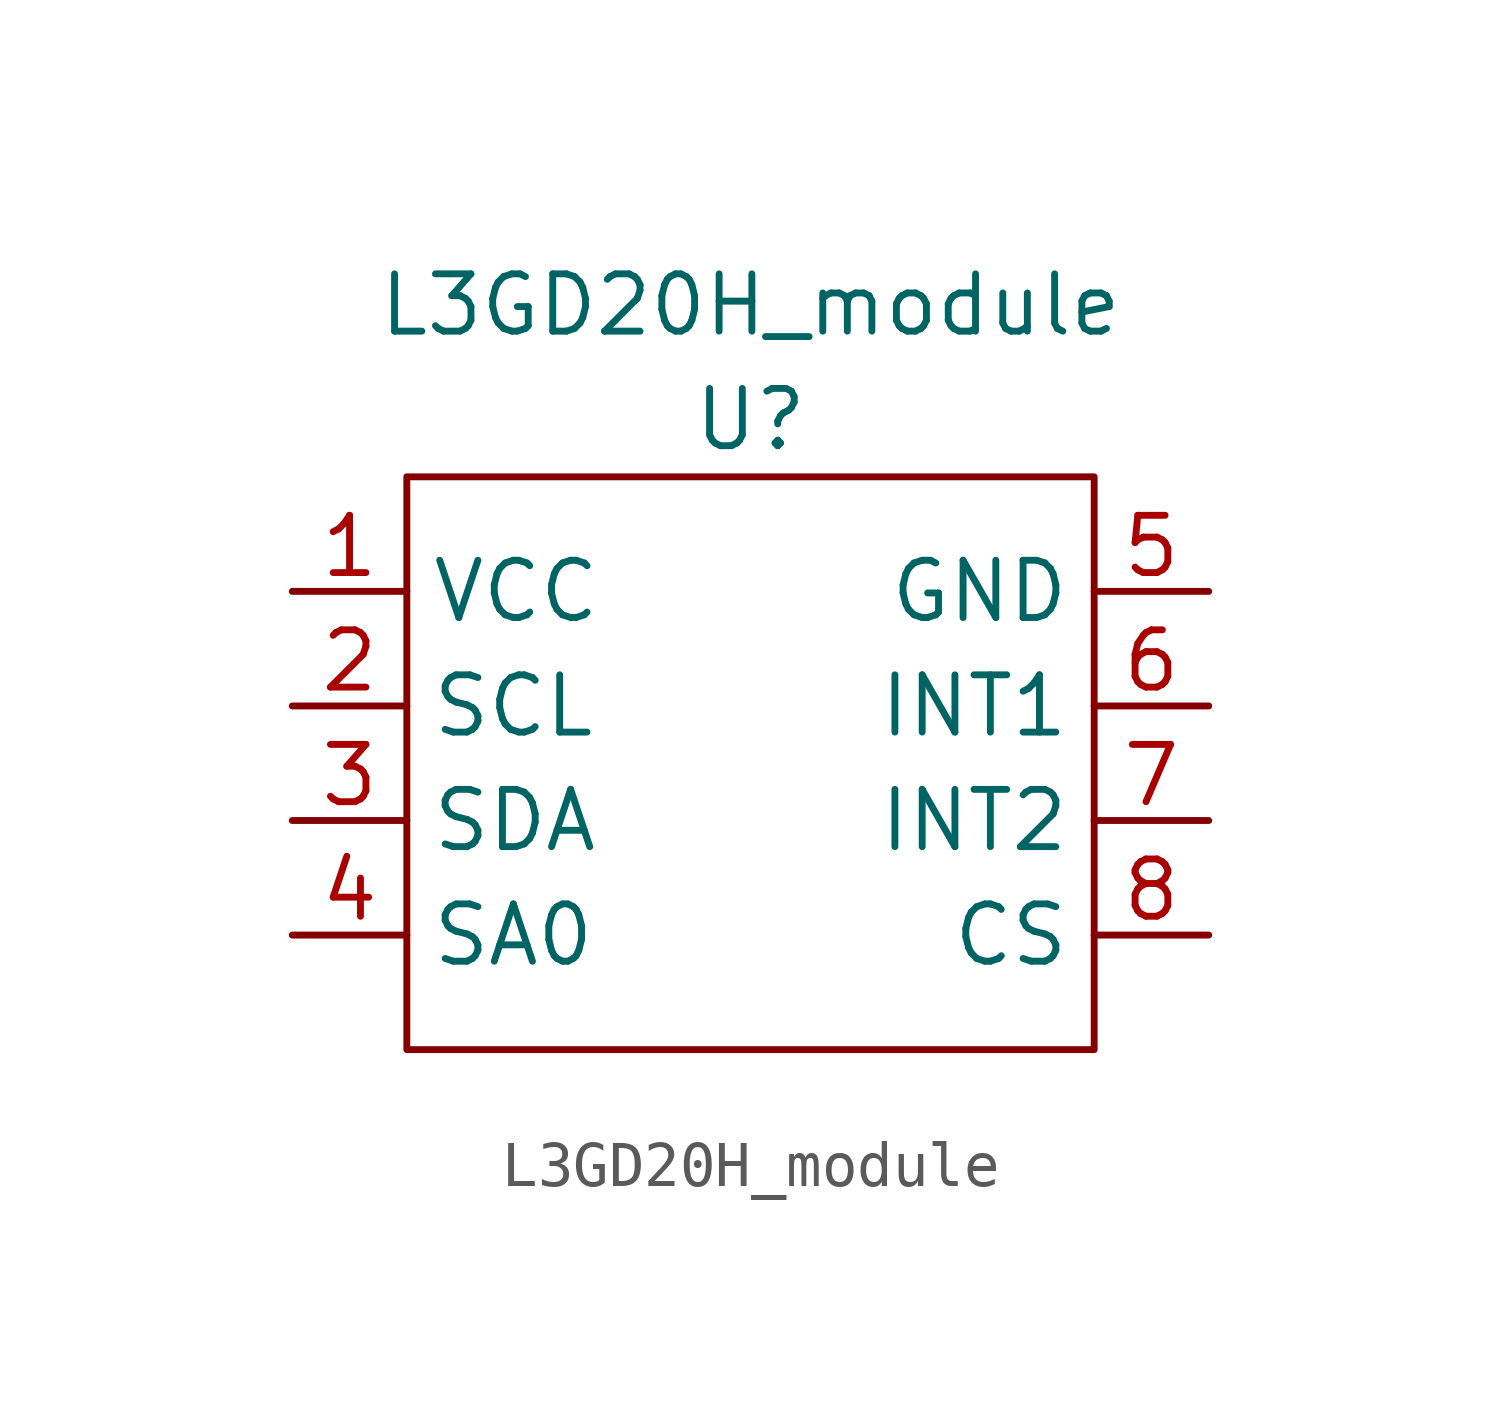
<source format=kicad_sym>
(kicad_symbol_lib
  (version 20211014)
  (generator kicad_symbol_editor)
  (symbol "L3GD20H_module"
    (property "Reference" "U"
      (at 0 8.89 0)
      (effects (font (size 1.27 1.27))))
    (property "Value" "L3GD20H_module"
      (at 0 11.43 0)
      (effects (font (size 1.27 1.27))))
    (symbol "L3GD20H_module_0_1"
      (rectangle (start 7.62 -5.08) (end -7.62 7.62) (stroke (width 0) (type default) (color 0 0 0 0)) (fill (type none))))
    (symbol "L3GD20H_module_1_1"
      (pin input line (at -10.16 5.08 0) (length 2.54) (name "VCC" (effects (font (size 1.27 1.27)))) (number "1" (effects (font (size 1.27 1.27)))))
      (pin input line (at -10.16 2.54 0) (length 2.54) (name "SCL" (effects (font (size 1.27 1.27)))) (number "2" (effects (font (size 1.27 1.27)))))
      (pin input line (at -10.16 0 0) (length 2.54) (name "SDA" (effects (font (size 1.27 1.27)))) (number "3" (effects (font (size 1.27 1.27)))))
      (pin input line (at -10.16 -2.54 0) (length 2.54) (name "SA0" (effects (font (size 1.27 1.27)))) (number "4" (effects (font (size 1.27 1.27)))))
      (pin input line (at 10.16 5.08 180) (length 2.54) (name "GND" (effects (font (size 1.27 1.27)))) (number "5" (effects (font (size 1.27 1.27)))))
      (pin input line (at 10.16 2.54 180) (length 2.54) (name "INT1" (effects (font (size 1.27 1.27)))) (number "6" (effects (font (size 1.27 1.27)))))
      (pin input line (at 10.16 0 180) (length 2.54) (name "INT2" (effects (font (size 1.27 1.27)))) (number "7" (effects (font (size 1.27 1.27)))))
      (pin input line (at 10.16 -2.54 180) (length 2.54) (name "CS" (effects (font (size 1.27 1.27)))) (number "8" (effects (font (size 1.27 1.27))))))))
</source>
